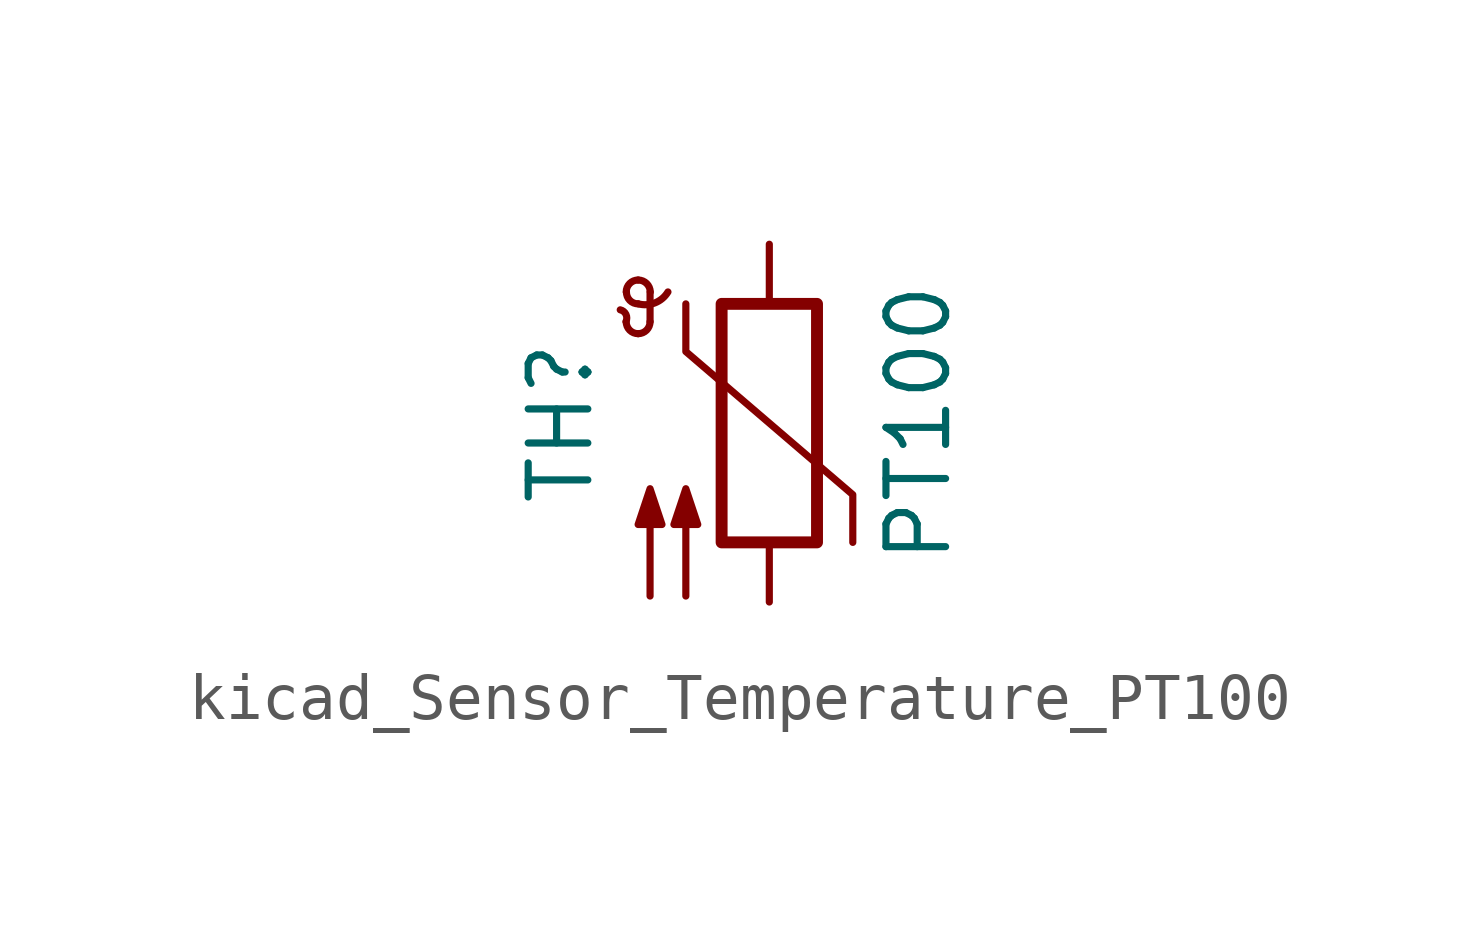
<source format=kicad_sym>
(kicad_symbol_lib
  (version 20220914)
  (generator kicad_symbol_editor)
  (symbol "kicad_Sensor_Temperature_PT100"
    (pin_numbers hide)
    (pin_names
      (offset 0))
    (property "Reference" "TH"
      (at -4.445 0 90)
      (effects (font (size 1.27 1.27))))
    (property "Value" "PT100"
      (at 3.175 0 90)
      (effects (font (size 1.27 1.27))))
    (symbol "kicad_Sensor_Temperature_PT100_0_1"
      (arc (start -3.048 2.159) (mid -3.0495 2.3143) (end -3.175 2.413) (stroke (width 0) (type default)) (fill (type none)))
      (arc (start -3.048 2.159) (mid -2.9736 1.9794) (end -2.794 1.905) (stroke (width 0) (type default)) (fill (type none)))
      (arc (start -3.048 2.794) (mid -2.9736 2.6144) (end -2.794 2.54) (stroke (width 0) (type default)) (fill (type none)))
      (arc (start -2.794 1.905) (mid -2.6144 1.9794) (end -2.54 2.159) (stroke (width 0) (type default)) (fill (type none)))
      (arc (start -2.794 2.54) (mid -2.4393 2.5587) (end -2.159 2.794) (stroke (width 0) (type default)) (fill (type none)))
      (arc (start -2.794 3.048) (mid -2.9736 2.9736) (end -3.048 2.794) (stroke (width 0) (type default)) (fill (type none)))
      (arc (start -2.54 2.794) (mid -2.6144 2.9736) (end -2.794 3.048) (stroke (width 0) (type default)) (fill (type none)))
      (rectangle (start -1.016 2.54) (end 1.016 -2.54) (stroke (width 0.254) (type default)) (fill (type none)))
      (polyline (pts (xy -2.54 2.159) (xy -2.54 2.794)) (stroke (width 0) (type default)) (fill (type none)))
      (polyline (pts (xy -1.778 2.54) (xy -1.778 1.524) (xy 1.778 -1.524) (xy 1.778 -2.54)) (stroke (width 0) (type default)) (fill (type none)))
      (polyline (pts (xy -2.54 -3.683) (xy -2.54 -1.397) (xy -2.794 -2.159) (xy -2.286 -2.159) (xy -2.54 -1.397) (xy -2.54 -1.651)) (stroke (width 0) (type default)) (fill (type outline)))
      (polyline (pts (xy -1.778 -3.683) (xy -1.778 -1.397) (xy -2.032 -2.159) (xy -1.524 -2.159) (xy -1.778 -1.397) (xy -1.778 -1.651)) (stroke (width 0) (type default)) (fill (type outline))))
    (symbol "kicad_Sensor_Temperature_PT100_1_1"
      (pin passive line (at 0 3.81 270) (length 1.27) (name "~" (effects (font (size 1.27 1.27)))) (number "1" (effects (font (size 1.27 1.27)))))
      (pin passive line (at 0 -3.81 90) (length 1.27) (name "~" (effects (font (size 1.27 1.27)))) (number "2" (effects (font (size 1.27 1.27))))))))
</source>
